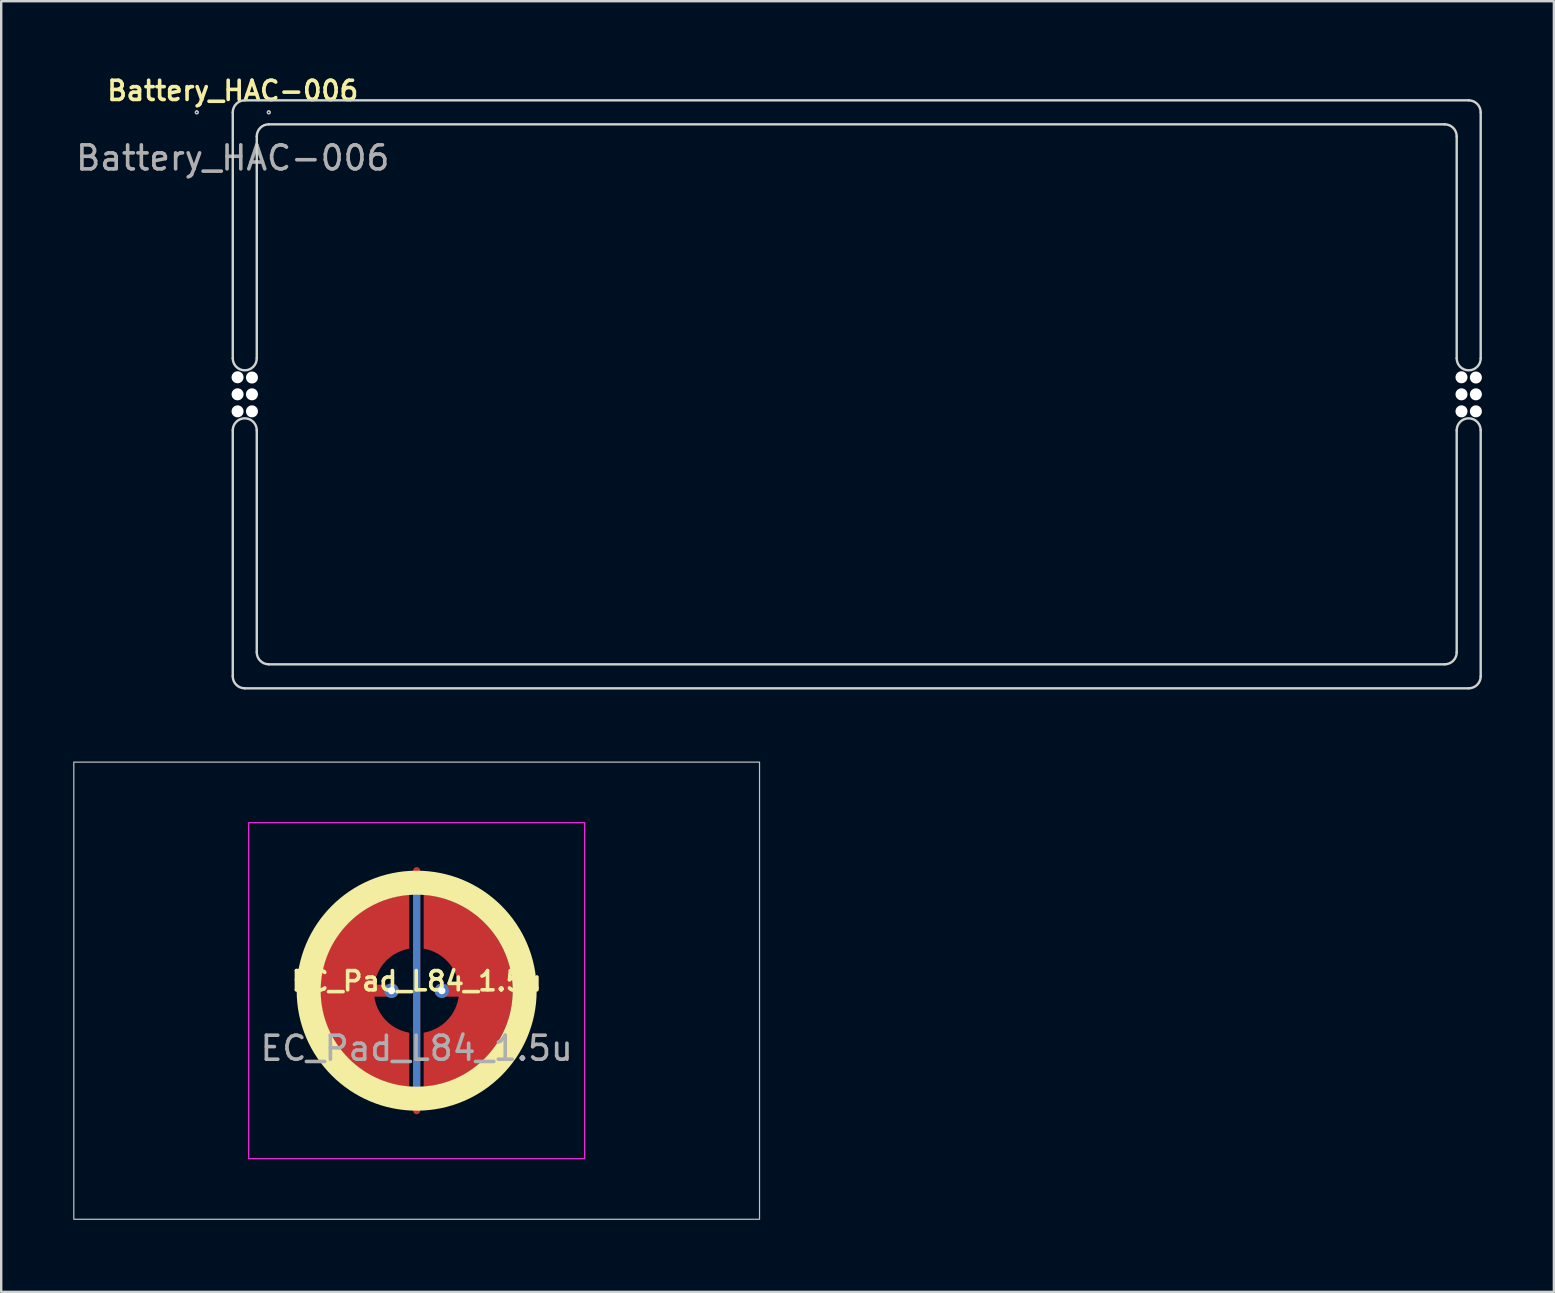
<source format=kicad_pcb>
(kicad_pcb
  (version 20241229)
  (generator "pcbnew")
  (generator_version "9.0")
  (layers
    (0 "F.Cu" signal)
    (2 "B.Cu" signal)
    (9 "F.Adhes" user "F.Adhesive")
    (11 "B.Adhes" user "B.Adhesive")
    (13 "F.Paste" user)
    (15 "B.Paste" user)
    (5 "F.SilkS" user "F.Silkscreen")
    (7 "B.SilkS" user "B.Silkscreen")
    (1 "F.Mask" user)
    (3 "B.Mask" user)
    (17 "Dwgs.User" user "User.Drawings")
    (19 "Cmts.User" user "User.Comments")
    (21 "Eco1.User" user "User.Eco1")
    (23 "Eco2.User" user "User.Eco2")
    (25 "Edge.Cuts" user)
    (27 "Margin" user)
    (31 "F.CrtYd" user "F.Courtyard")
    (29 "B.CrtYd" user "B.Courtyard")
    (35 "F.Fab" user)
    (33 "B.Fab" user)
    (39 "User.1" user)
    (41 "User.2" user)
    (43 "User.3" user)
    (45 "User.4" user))
  (footprint "Battery_HAC-006"
    (layer "F.Cu")
    (at 32.649 13.381)
    (property "Reference" "Battery_HAC-006" (at -26 -12.65 0) (unlocked yes) (layer "F.SilkS") (effects (font (size 0.8 0.8) (thickness 0.15))))
    (attr through_hole)
    (fp_circle (center -27.5 -11.75) (end -27.44 -11.75) (stroke (width 0.05) (type solid)) (fill no) (layer "Dwgs.User"))
    (fp_circle (center -27.5 -11.75) (end -27.44 -11.75) (stroke (width 0.05) (type solid)) (fill no) (layer "Dwgs.User"))
    (fp_circle (center -24.5 -11.75) (end -24.44 -11.75) (stroke (width 0.05) (type solid)) (fill no) (layer "Dwgs.User"))
    (fp_circle (center -24.5 -11.75) (end -24.44 -11.75) (stroke (width 0.05) (type solid)) (fill no) (layer "Dwgs.User"))
    (fp_line (start -26 -1.5) (end -26 -11.75) (stroke (width 0.1) (type default)) (layer "Edge.Cuts"))
    (fp_line (start -26 1.5) (end -26 11.75) (stroke (width 0.1) (type default)) (layer "Edge.Cuts"))
    (fp_line (start -25.5 12.25) (end 25.5 12.25) (stroke (width 0.1) (type solid)) (layer "Edge.Cuts"))
    (fp_line (start -25 1.5) (end -25 10.75) (stroke (width 0.1) (type default)) (layer "Edge.Cuts"))
    (fp_line (start -25 -10.75) (end -25 -1.5) (stroke (width 0.1) (type default)) (layer "Edge.Cuts"))
    (fp_line (start -24.5 -11.25) (end 24.5 -11.25) (stroke (width 0.1) (type default)) (layer "Edge.Cuts"))
    (fp_line (start 24.503 11.25) (end -24.5 11.25) (stroke (width 0.1) (type default)) (layer "Edge.Cuts"))
    (fp_line (start 25 -10.75) (end 25 -1.5) (stroke (width 0.1) (type default)) (layer "Edge.Cuts"))
    (fp_line (start 25 1.5) (end 25 10.75) (stroke (width 0.1) (type default)) (layer "Edge.Cuts"))
    (fp_line (start 25.5 -12.25) (end -25.5 -12.25) (stroke (width 0.1) (type solid)) (layer "Edge.Cuts"))
    (fp_line (start 26 1.5) (end 26 11.752) (stroke (width 0.1) (type default)) (layer "Edge.Cuts"))
    (fp_line (start 26 -1.5) (end 26 -11.754) (stroke (width 0.1) (type default)) (layer "Edge.Cuts"))
    (fp_arc (start -26.000002 1.499985) (mid -25.499997 0.999989) (end -25.000001 1.499988) (stroke (width 0.1) (type solid)) (layer "Edge.Cuts"))
    (fp_arc (start -26 -11.75) (mid -25.853586 -12.103568) (end -25.499994 -12.249989) (stroke (width 0.1) (type solid)) (layer "Edge.Cuts"))
    (fp_arc (start -25.500008 12.249987) (mid -25.853533 12.103537) (end -25.999995 11.74999) (stroke (width 0.1) (type solid)) (layer "Edge.Cuts"))
    (fp_arc (start -25.000003 -1.50001) (mid -25.50001 -1.000025) (end -26.000002 -1.500014) (stroke (width 0.1) (type solid)) (layer "Edge.Cuts"))
    (fp_arc (start -25 -10.74998) (mid -24.85357 -11.103566) (end -24.499996 -11.249978) (stroke (width 0.1) (type default)) (layer "Edge.Cuts"))
    (fp_arc (start -24.500002 11.249986) (mid -24.853502 11.103507) (end -24.999999 10.749988) (stroke (width 0.1) (type default)) (layer "Edge.Cuts"))
    (fp_arc (start 24.499996 -11.24999) (mid 24.853532 -11.103538) (end 25 -10.749988) (stroke (width 0.1) (type default)) (layer "Edge.Cuts"))
    (fp_arc (start 24.999996 10.750011) (mid 24.853537 11.103538) (end 24.5 11.250011) (stroke (width 0.1) (type default)) (layer "Edge.Cuts"))
    (fp_arc (start 25 1.500015) (mid 25.500001 1.000014) (end 25.999999 1.500014) (stroke (width 0.1) (type solid)) (layer "Edge.Cuts"))
    (fp_arc (start 25.500003 -12.25001) (mid 25.853587 -12.103558) (end 26.000005 -11.749992) (stroke (width 0.1) (type solid)) (layer "Edge.Cuts"))
    (fp_arc (start 26.000001 -1.499987) (mid 25.49999 -1.000021) (end 24.999997 -1.499987) (stroke (width 0.1) (type solid)) (layer "Edge.Cuts"))
    (fp_arc (start 26.000006 11.749992) (mid 25.853494 12.103476) (end 25.500008 12.249988) (stroke (width 0.1) (type solid)) (layer "Edge.Cuts"))
    (fp_text user "${REFERENCE}" (at -26 -9.85 0) (unlocked yes) (layer "F.Fab") (effects (font (size 1 1) (thickness 0.15))))
    (pad "" np_thru_hole circle (at -25.8 -0.71 90) (size 0.5 0.5) (drill 0.5) (layers "*.Cu" "*.Mask"))
    (pad "" np_thru_hole circle (at -25.8 -0.000013 90) (size 0.5 0.5) (drill 0.5) (layers "*.Cu" "*.Mask"))
    (pad "" np_thru_hole circle (at -25.8 0.71 90) (size 0.5 0.5) (drill 0.5) (layers "*.Cu" "*.Mask"))
    (pad "" np_thru_hole circle (at -25.2 -0.7 90) (size 0.5 0.5) (drill 0.5) (layers "*.Cu" "*.Mask"))
    (pad "" np_thru_hole circle (at -25.2 -0.000013 90) (size 0.5 0.5) (drill 0.5) (layers "*.Cu" "*.Mask"))
    (pad "" np_thru_hole circle (at -25.2 0.71 90) (size 0.5 0.5) (drill 0.5) (layers "*.Cu" "*.Mask"))
    (pad "" np_thru_hole circle (at 25.2 -0.71 90) (size 0.5 0.5) (drill 0.5) (layers "*.Cu" "*.Mask"))
    (pad "" np_thru_hole circle (at 25.2 0.000014 90) (size 0.5 0.5) (drill 0.5) (layers "*.Cu" "*.Mask"))
    (pad "" np_thru_hole circle (at 25.2 0.71 90) (size 0.5 0.5) (drill 0.5) (layers "*.Cu" "*.Mask"))
    (pad "" np_thru_hole circle (at 25.8 -0.7 90) (size 0.5 0.5) (drill 0.5) (layers "*.Cu" "*.Mask"))
    (pad "" np_thru_hole circle (at 25.8 0.000014 90) (size 0.5 0.5) (drill 0.5) (layers "*.Cu" "*.Mask"))
    (pad "" np_thru_hole circle (at 25.8 0.71 90) (size 0.5 0.5) (drill 0.5) (layers "*.Cu" "*.Mask")))
  (footprint "EC_Pad_L84_1.5u"
    (layer "F.Cu")
    (at 14.312 38.231)
    (property "Reference" "EC_Pad_L84_1.5u" (at 0 -0.4 0) (unlocked yes) (layer "F.SilkS") (effects (font (size 0.8 0.8) (thickness 0.15))))
    (attr smd exclude_from_pos_files exclude_from_bom)
    (fp_circle (center 0 0) (end 4.5 0) (stroke (width 1) (type solid)) (fill no) (layer "F.SilkS"))
    (fp_rect (start -14.287 -9.525) (end 14.287 9.525) (stroke (width 0.05) (type solid)) (fill no) (layer "Dwgs.User"))
    (fp_rect (start -7.75 -7.75) (end 7.75 7.75) (stroke (width 0.05) (type solid)) (fill no) (layer "Eco1.User"))
    (fp_line (start -7 -6) (end -7 6) (stroke (width 0.1) (type default)) (layer "Eco2.User"))
    (fp_line (start -7 -6) (end -6 -7) (stroke (width 0.1) (type default)) (layer "Eco2.User"))
    (fp_line (start -7 6) (end -6 7) (stroke (width 0.1) (type default)) (layer "Eco2.User"))
    (fp_line (start -6 -7) (end 6 -7) (stroke (width 0.1) (type default)) (layer "Eco2.User"))
    (fp_line (start -6 7) (end 6 7) (stroke (width 0.1) (type default)) (layer "Eco2.User"))
    (fp_line (start 6 -7) (end 7 -6) (stroke (width 0.1) (type default)) (layer "Eco2.User"))
    (fp_line (start 6 7) (end 7 6) (stroke (width 0.1) (type default)) (layer "Eco2.User"))
    (fp_line (start 7 -6) (end 7 6) (stroke (width 0.1) (type default)) (layer "Eco2.User"))
    (fp_rect (start -7 -7) (end 7 7) (stroke (width 0.05) (type default)) (fill no) (layer "F.CrtYd"))
    (fp_text user "${REFERENCE}" (at 0 2.4 0) (unlocked yes) (layer "F.Fab") (effects (font (size 1 1) (thickness 0.15))))
    (pad "1" smd custom (at -2.75 0) (size 1 1) (layers "F.Cu") (options (anchor circle)) (primitives (gr_poly (pts (arc (start 2.442694 -1.749464) (mid 1.469813 -1.237093) (end 0.985388 -0.25)) (arc (start 1.668938 -0.25) (mid 1.844835 -0.177141) (end 1.917694 -0.001244)) (arc (start 1.917694 0.001244) (mid 1.844835 0.177141) (end 1.668938 0.25)) (arc (start 0.985388 0.25) (mid 1.469813 1.237093) (end 2.442694 1.749464)) (arc (start 2.442694 3.998762) (mid -1.267306 0) (end 2.442694 -3.998762))) (width 0) (fill yes))))
    (pad "1" thru_hole circle (at -1.05 0) (size 0.6 0.6) (drill 0.3) (layers "*.Cu"))
    (pad "2" thru_hole circle (at 1.05 0) (size 0.6 0.6) (drill 0.3) (layers "*.Cu"))
    (pad "2" smd custom (at 2.75 0) (size 1 1) (layers "F.Cu") (options (anchor circle)) (primitives (gr_poly (pts (arc (start -2.457306 3.998762) (mid 1.252694 0) (end -2.457306 -3.998762)) (arc (start -2.457306 -1.749464) (mid -1.484425 -1.237093) (end -1 -0.25)) (arc (start -1.68355 -0.25) (mid -1.859446 -0.17714) (end -1.932306 -0.001244)) (arc (start -1.932306 0.001244) (mid -1.859446 0.17714) (end -1.68355 0.25)) (arc (start -1 0.25) (mid -1.484425 1.237093) (end -2.457306 1.749464))) (width 0) (fill yes))))
    (pad "3" smd custom (at 0 0) (size 0.25 0.25) (layers "F.Cu") (options (anchor rect)) (primitives (gr_line (start 0 -5) (end 0 5) (width 0.3))))
    (pad "3" smd custom (at 0 0) (size 0.25 0.25) (layers "B.Cu") (options (anchor rect)) (primitives (gr_line (start 0 -4.5) (end 0 4.5) (width 0.3))))
    (zone (net_name "") (layer "F.Cu") (hatch edge 0.5) (connect_pads) (min_thickness 0.25) (filled_areas_thickness no) (keepout (tracks allowed) (vias allowed) (pads allowed) (copperpour not_allowed) (footprints allowed)) (placement (enabled no)) (fill) (polygon (pts (xy 19.308 38.013) (xy 19.27 37.579) (xy 19.194 37.149) (xy 19.081 36.728) (xy 18.932 36.318) (xy 18.748 35.922) (xy 18.529 35.545) (xy 18.279 35.187) (xy 17.999 34.853) (xy 17.69 34.545) (xy 17.356 34.264) (xy 16.999 34.014) (xy 16.621 33.796) (xy 16.226 33.612) (xy 15.816 33.463) (xy 15.395 33.35) (xy 14.965 33.274) (xy 14.531 33.236) (xy 14.094 33.236) (xy 13.66 33.274) (xy 13.23 33.35) (xy 12.809 33.463) (xy 12.399 33.612) (xy 12.004 33.796) (xy 11.626 34.014) (xy 11.269 34.264) (xy 10.935 34.545) (xy 10.626 34.853) (xy 10.346 35.187) (xy 10.096 35.545) (xy 9.877 35.922) (xy 9.693 36.318) (xy 9.544 36.728) (xy 9.431 37.149) (xy 9.355 37.579) (xy 9.317 38.013) (xy 9.317 38.449) (xy 9.355 38.884) (xy 9.431 39.313) (xy 9.544 39.735) (xy 9.693 40.145) (xy 9.877 40.54) (xy 10.096 40.918) (xy 10.346 41.275) (xy 10.626 41.609) (xy 10.935 41.918) (xy 11.269 42.198) (xy 11.626 42.448) (xy 12.004 42.666) (xy 12.399 42.851) (xy 12.809 43) (xy 13.23 43.113) (xy 13.66 43.188) (xy 14.094 43.226) (xy 14.531 43.226) (xy 14.965 43.188) (xy 15.395 43.113) (xy 15.816 43) (xy 16.226 42.851) (xy 16.621 42.666) (xy 16.999 42.448) (xy 17.356 42.198) (xy 17.69 41.918) (xy 17.999 41.609) (xy 18.279 41.275) (xy 18.529 40.918) (xy 18.748 40.54) (xy 18.932 40.145) (xy 19.081 39.735) (xy 19.194 39.313) (xy 19.27 38.884) (xy 19.308 38.449))))
    (zone (net_name "") (layer "B.Cu") (hatch edge 0.5) (connect_pads) (min_thickness 0.25) (filled_areas_thickness no) (keepout (tracks allowed) (vias allowed) (pads allowed) (copperpour not_allowed) (footprints allowed)) (placement (enabled no)) (fill) (polygon (pts (xy 18.808 38.035) (xy 18.774 37.644) (xy 18.706 37.257) (xy 18.604 36.878) (xy 18.47 36.509) (xy 18.304 36.153) (xy 18.108 35.813) (xy 17.883 35.492) (xy 17.63 35.191) (xy 17.353 34.913) (xy 17.052 34.661) (xy 16.73 34.436) (xy 16.39 34.24) (xy 16.035 34.074) (xy 15.666 33.94) (xy 15.286 33.838) (xy 14.9 33.77) (xy 14.509 33.736) (xy 14.116 33.736) (xy 13.725 33.77) (xy 13.339 33.838) (xy 12.959 33.94) (xy 12.59 34.074) (xy 12.235 34.24) (xy 11.895 34.436) (xy 11.573 34.661) (xy 11.272 34.913) (xy 10.995 35.191) (xy 10.742 35.492) (xy 10.517 35.813) (xy 10.321 36.153) (xy 10.155 36.509) (xy 10.021 36.878) (xy 9.919 37.257) (xy 9.851 37.644) (xy 9.817 38.035) (xy 9.817 38.428) (xy 9.851 38.819) (xy 9.919 39.205) (xy 10.021 39.584) (xy 10.155 39.953) (xy 10.321 40.309) (xy 10.517 40.649) (xy 10.742 40.971) (xy 10.995 41.271) (xy 11.272 41.549) (xy 11.573 41.801) (xy 11.895 42.026) (xy 12.235 42.223) (xy 12.59 42.389) (xy 12.959 42.523) (xy 13.339 42.625) (xy 13.725 42.693) (xy 14.116 42.727) (xy 14.509 42.727) (xy 14.9 42.693) (xy 15.286 42.625) (xy 15.666 42.523) (xy 16.035 42.389) (xy 16.39 42.223) (xy 16.73 42.026) (xy 17.052 41.801) (xy 17.353 41.549) (xy 17.63 41.271) (xy 17.883 40.971) (xy 18.108 40.649) (xy 18.304 40.309) (xy 18.47 39.953) (xy 18.604 39.584) (xy 18.706 39.205) (xy 18.774 38.819) (xy 18.808 38.428)))))
  (gr_rect
    (start -3 -3)
    (end 61.699 50.781)
    (stroke (width 0.1) (type default))
    (fill no)
    (layer "Edge.Cuts")))
</source>
